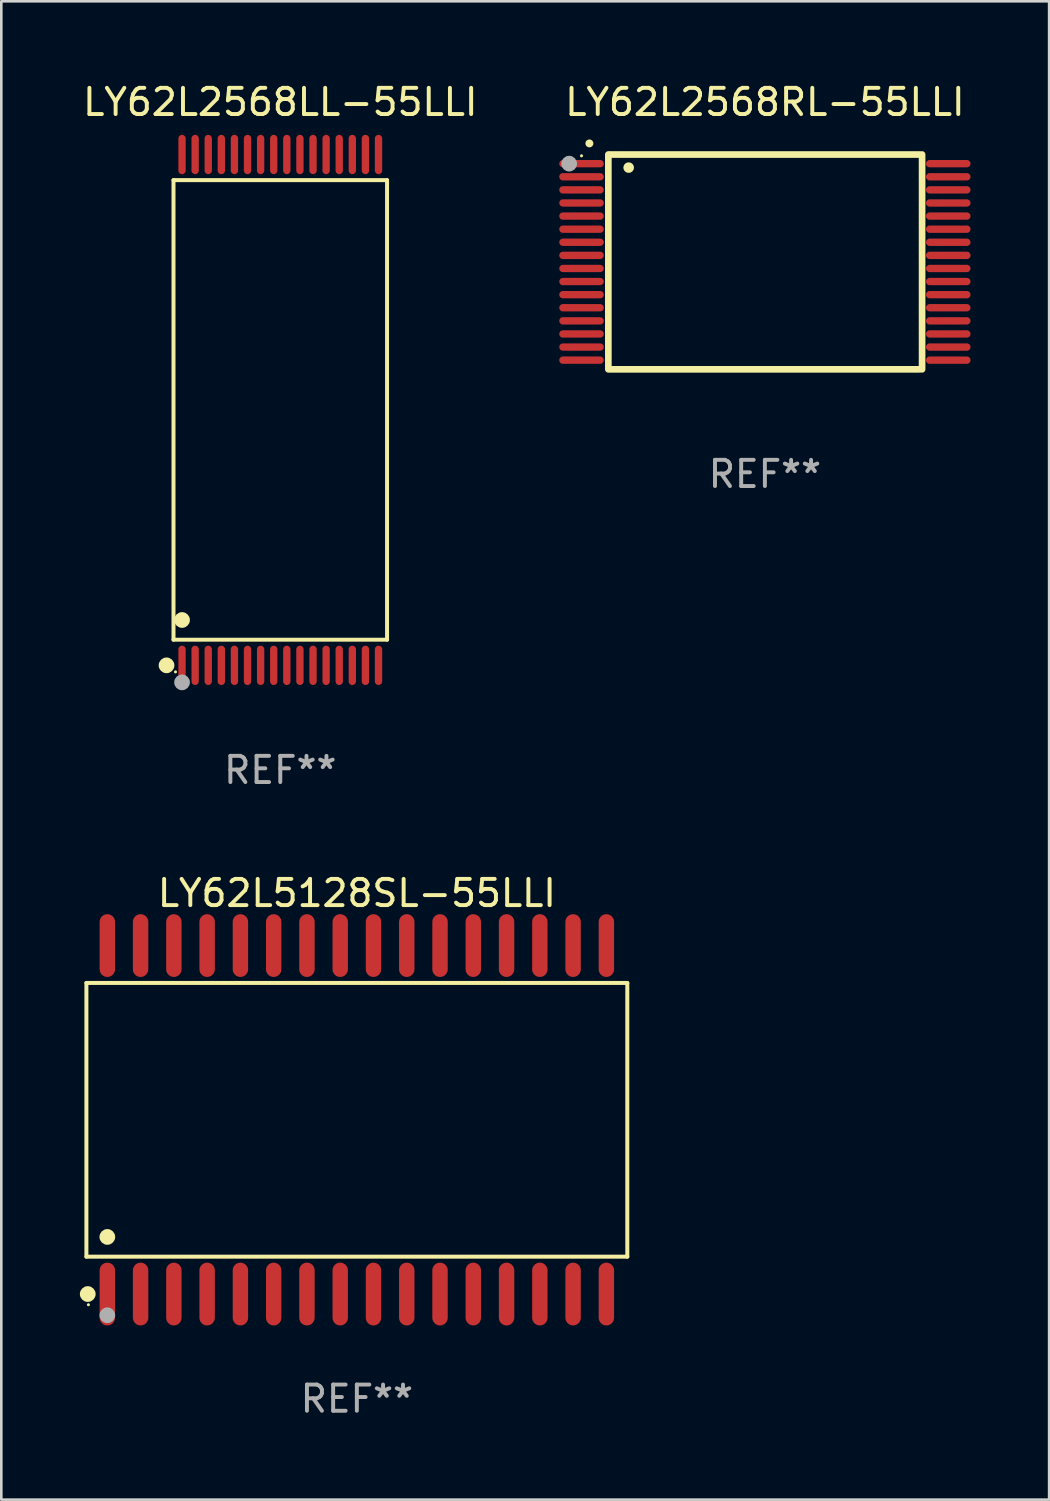
<source format=kicad_pcb>
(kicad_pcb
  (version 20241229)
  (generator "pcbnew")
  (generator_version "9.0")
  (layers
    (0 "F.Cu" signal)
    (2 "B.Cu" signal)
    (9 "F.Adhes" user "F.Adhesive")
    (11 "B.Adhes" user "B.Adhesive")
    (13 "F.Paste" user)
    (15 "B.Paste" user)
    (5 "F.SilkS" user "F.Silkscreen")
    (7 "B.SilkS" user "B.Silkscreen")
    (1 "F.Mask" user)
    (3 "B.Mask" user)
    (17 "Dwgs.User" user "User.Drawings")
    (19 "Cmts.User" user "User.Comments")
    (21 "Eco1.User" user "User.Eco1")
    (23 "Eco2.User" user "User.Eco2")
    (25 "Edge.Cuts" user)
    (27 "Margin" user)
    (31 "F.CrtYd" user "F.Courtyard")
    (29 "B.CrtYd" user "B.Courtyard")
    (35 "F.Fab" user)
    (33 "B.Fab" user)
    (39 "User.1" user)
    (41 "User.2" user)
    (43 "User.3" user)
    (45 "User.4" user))
  (footprint "LY62L5128SL-55LLI"
    (layer "F.Cu")
    (at 10.572 39.696)
    (property "Reference" "LY62L5128SL-55LLI" (at 0 -8.651 0) (layer "F.SilkS") (effects (font (size 1 1) (thickness 0.15))))
    (attr through_hole)
    (fp_line (start -10.324 -5.224) (end 10.324 -5.224) (stroke (width 0.152) (type solid)) (layer "F.SilkS"))
    (fp_line (start -10.324 5.224) (end -10.324 -5.224) (stroke (width 0.152) (type solid)) (layer "F.SilkS"))
    (fp_line (start 10.324 -5.224) (end 10.324 5.224) (stroke (width 0.152) (type solid)) (layer "F.SilkS"))
    (fp_line (start 10.324 5.224) (end -10.324 5.224) (stroke (width 0.152) (type solid)) (layer "F.SilkS"))
    (fp_circle (center -10.272 6.651) (end -10.121 6.651) (stroke (width 0.3) (type solid)) (fill no) (layer "F.SilkS"))
    (fp_circle (center -10.247 7.06) (end -10.217 7.06) (stroke (width 0.06) (type solid)) (fill no) (layer "F.SilkS"))
    (fp_circle (center -9.525 4.471) (end -9.375 4.471) (stroke (width 0.3) (type solid)) (fill no) (layer "F.SilkS"))
    (fp_circle (center -9.525 7.46) (end -9.375 7.46) (stroke (width 0.3) (type solid)) (fill no) (layer "F.Fab"))
    (fp_text user "REF**" (at 0 10.651 0) (layer "F.Fab") (effects (font (size 1 1) (thickness 0.15))))
    (pad "1" smd oval (at -9.525 6.651) (size 0.588 2.396) (layers "F.Cu" "F.Mask" "F.Paste"))
    (pad "2" smd oval (at -8.255 6.651) (size 0.588 2.396) (layers "F.Cu" "F.Mask" "F.Paste"))
    (pad "3" smd oval (at -6.985 6.651) (size 0.588 2.396) (layers "F.Cu" "F.Mask" "F.Paste"))
    (pad "4" smd oval (at -5.715 6.651) (size 0.588 2.396) (layers "F.Cu" "F.Mask" "F.Paste"))
    (pad "5" smd oval (at -4.445 6.651) (size 0.588 2.396) (layers "F.Cu" "F.Mask" "F.Paste"))
    (pad "6" smd oval (at -3.175 6.651) (size 0.588 2.396) (layers "F.Cu" "F.Mask" "F.Paste"))
    (pad "7" smd oval (at -1.905 6.651) (size 0.588 2.396) (layers "F.Cu" "F.Mask" "F.Paste"))
    (pad "8" smd oval (at -0.635 6.651) (size 0.588 2.396) (layers "F.Cu" "F.Mask" "F.Paste"))
    (pad "9" smd oval (at 0.635 6.651) (size 0.588 2.396) (layers "F.Cu" "F.Mask" "F.Paste"))
    (pad "10" smd oval (at 1.905 6.651) (size 0.588 2.396) (layers "F.Cu" "F.Mask" "F.Paste"))
    (pad "11" smd oval (at 3.175 6.651) (size 0.588 2.396) (layers "F.Cu" "F.Mask" "F.Paste"))
    (pad "12" smd oval (at 4.445 6.651) (size 0.588 2.396) (layers "F.Cu" "F.Mask" "F.Paste"))
    (pad "13" smd oval (at 5.715 6.651) (size 0.588 2.396) (layers "F.Cu" "F.Mask" "F.Paste"))
    (pad "14" smd oval (at 6.985 6.651) (size 0.588 2.396) (layers "F.Cu" "F.Mask" "F.Paste"))
    (pad "15" smd oval (at 8.255 6.651) (size 0.588 2.396) (layers "F.Cu" "F.Mask" "F.Paste"))
    (pad "16" smd oval (at 9.525 6.651) (size 0.588 2.396) (layers "F.Cu" "F.Mask" "F.Paste"))
    (pad "17" smd oval (at 9.525 -6.651) (size 0.588 2.396) (layers "F.Cu" "F.Mask" "F.Paste"))
    (pad "18" smd oval (at 8.255 -6.651) (size 0.588 2.396) (layers "F.Cu" "F.Mask" "F.Paste"))
    (pad "19" smd oval (at 6.985 -6.651) (size 0.588 2.396) (layers "F.Cu" "F.Mask" "F.Paste"))
    (pad "20" smd oval (at 5.715 -6.651) (size 0.588 2.396) (layers "F.Cu" "F.Mask" "F.Paste"))
    (pad "21" smd oval (at 4.445 -6.651) (size 0.588 2.396) (layers "F.Cu" "F.Mask" "F.Paste"))
    (pad "22" smd oval (at 3.175 -6.651) (size 0.588 2.396) (layers "F.Cu" "F.Mask" "F.Paste"))
    (pad "23" smd oval (at 1.905 -6.651) (size 0.588 2.396) (layers "F.Cu" "F.Mask" "F.Paste"))
    (pad "24" smd oval (at 0.635 -6.651) (size 0.588 2.396) (layers "F.Cu" "F.Mask" "F.Paste"))
    (pad "25" smd oval (at -0.635 -6.651) (size 0.588 2.396) (layers "F.Cu" "F.Mask" "F.Paste"))
    (pad "26" smd oval (at -1.905 -6.651) (size 0.588 2.396) (layers "F.Cu" "F.Mask" "F.Paste"))
    (pad "27" smd oval (at -3.175 -6.651) (size 0.588 2.396) (layers "F.Cu" "F.Mask" "F.Paste"))
    (pad "28" smd oval (at -4.445 -6.651) (size 0.588 2.396) (layers "F.Cu" "F.Mask" "F.Paste"))
    (pad "29" smd oval (at -5.715 -6.651) (size 0.588 2.396) (layers "F.Cu" "F.Mask" "F.Paste"))
    (pad "30" smd oval (at -6.985 -6.651) (size 0.588 2.396) (layers "F.Cu" "F.Mask" "F.Paste"))
    (pad "31" smd oval (at -8.255 -6.651) (size 0.588 2.396) (layers "F.Cu" "F.Mask" "F.Paste"))
    (pad "32" smd oval (at -9.525 -6.651) (size 0.588 2.396) (layers "F.Cu" "F.Mask" "F.Paste")))
  (footprint "LY62L2568RL-55LLI"
    (layer "F.Cu")
    (at 26.148 6.948)
    (property "Reference" "LY62L2568RL-55LLI" (at 0 -6.1 0) (layer "F.SilkS") (effects (font (size 1 1) (thickness 0.15))))
    (attr through_hole)
    (fp_line (start -5.976 -4.1) (end -5.976 4.1) (stroke (width 0.254) (type solid)) (layer "F.SilkS"))
    (fp_line (start -5.9 -4.1) (end 5.9 -4.1) (stroke (width 0.254) (type solid)) (layer "F.SilkS"))
    (fp_line (start 5.9 4.1) (end -5.9 4.1) (stroke (width 0.254) (type solid)) (layer "F.SilkS"))
    (fp_line (start 6 -4.1) (end 6 4.1) (stroke (width 0.254) (type solid)) (layer "F.SilkS"))
    (fp_arc (start -6.700559 -4.523749) (mid -6.699289 -4.523755) (end -6.698019 -4.523749) (stroke (width 0.3) (type solid)) (layer "F.SilkS"))
    (fp_arc (start -5.201321 -3.6) (mid -5.200051 -3.600004) (end -5.198781 -3.6) (stroke (width 0.4) (type solid)) (layer "F.SilkS"))
    (fp_circle (center -7 -4.05) (end -6.97 -4.05) (stroke (width 0.06) (type solid)) (fill no) (layer "F.SilkS"))
    (fp_circle (center -7.472 -3.751) (end -7.322 -3.751) (stroke (width 0.3) (type solid)) (fill no) (layer "F.Fab"))
    (fp_text user "REF**" (at 0 8.1 0) (layer "F.Fab") (effects (font (size 1 1) (thickness 0.15))))
    (pad "1" smd oval (at -7 -3.75 90) (size 0.28 1.7) (layers "F.Cu" "F.Mask" "F.Paste"))
    (pad "2" smd oval (at -7 -3.25 90) (size 0.28 1.7) (layers "F.Cu" "F.Mask" "F.Paste"))
    (pad "3" smd oval (at -7 -2.75 90) (size 0.28 1.7) (layers "F.Cu" "F.Mask" "F.Paste"))
    (pad "4" smd oval (at -7 -2.25 90) (size 0.28 1.7) (layers "F.Cu" "F.Mask" "F.Paste"))
    (pad "5" smd oval (at -7 -1.75 90) (size 0.28 1.7) (layers "F.Cu" "F.Mask" "F.Paste"))
    (pad "6" smd oval (at -7 -1.25 90) (size 0.28 1.7) (layers "F.Cu" "F.Mask" "F.Paste"))
    (pad "7" smd oval (at -7 -0.75 90) (size 0.28 1.7) (layers "F.Cu" "F.Mask" "F.Paste"))
    (pad "8" smd oval (at -7 -0.25 90) (size 0.28 1.7) (layers "F.Cu" "F.Mask" "F.Paste"))
    (pad "9" smd oval (at -7 0.25 90) (size 0.28 1.7) (layers "F.Cu" "F.Mask" "F.Paste"))
    (pad "10" smd oval (at -7 0.75 90) (size 0.28 1.7) (layers "F.Cu" "F.Mask" "F.Paste"))
    (pad "11" smd oval (at -7 1.25 90) (size 0.28 1.7) (layers "F.Cu" "F.Mask" "F.Paste"))
    (pad "12" smd oval (at -7 1.75 90) (size 0.28 1.7) (layers "F.Cu" "F.Mask" "F.Paste"))
    (pad "13" smd oval (at -7 2.25 90) (size 0.28 1.7) (layers "F.Cu" "F.Mask" "F.Paste"))
    (pad "14" smd oval (at -7 2.75 90) (size 0.28 1.7) (layers "F.Cu" "F.Mask" "F.Paste"))
    (pad "15" smd oval (at -7 3.25 90) (size 0.28 1.7) (layers "F.Cu" "F.Mask" "F.Paste"))
    (pad "16" smd oval (at -7 3.75 90) (size 0.28 1.7) (layers "F.Cu" "F.Mask" "F.Paste"))
    (pad "17" smd oval (at 7 3.75 90) (size 0.28 1.7) (layers "F.Cu" "F.Mask" "F.Paste"))
    (pad "18" smd oval (at 7 3.25 90) (size 0.28 1.7) (layers "F.Cu" "F.Mask" "F.Paste"))
    (pad "19" smd oval (at 7 2.75 90) (size 0.28 1.7) (layers "F.Cu" "F.Mask" "F.Paste"))
    (pad "20" smd oval (at 7 2.25 90) (size 0.28 1.7) (layers "F.Cu" "F.Mask" "F.Paste"))
    (pad "21" smd oval (at 7 1.75 90) (size 0.28 1.7) (layers "F.Cu" "F.Mask" "F.Paste"))
    (pad "22" smd oval (at 7 1.25 90) (size 0.28 1.7) (layers "F.Cu" "F.Mask" "F.Paste"))
    (pad "23" smd oval (at 7 0.75 90) (size 0.28 1.7) (layers "F.Cu" "F.Mask" "F.Paste"))
    (pad "24" smd oval (at 7 0.25 90) (size 0.28 1.7) (layers "F.Cu" "F.Mask" "F.Paste"))
    (pad "25" smd oval (at 7 -0.25 90) (size 0.28 1.7) (layers "F.Cu" "F.Mask" "F.Paste"))
    (pad "26" smd oval (at 7 -0.75 90) (size 0.28 1.7) (layers "F.Cu" "F.Mask" "F.Paste"))
    (pad "27" smd oval (at 7 -1.25 90) (size 0.28 1.7) (layers "F.Cu" "F.Mask" "F.Paste"))
    (pad "28" smd oval (at 7 -1.75 90) (size 0.28 1.7) (layers "F.Cu" "F.Mask" "F.Paste"))
    (pad "29" smd oval (at 7 -2.25 90) (size 0.28 1.7) (layers "F.Cu" "F.Mask" "F.Paste"))
    (pad "30" smd oval (at 7 -2.75 90) (size 0.28 1.7) (layers "F.Cu" "F.Mask" "F.Paste"))
    (pad "31" smd oval (at 7 -3.25 90) (size 0.28 1.7) (layers "F.Cu" "F.Mask" "F.Paste"))
    (pad "32" smd oval (at 7 -3.75 90) (size 0.28 1.7) (layers "F.Cu" "F.Mask" "F.Paste")))
  (footprint "LY62L2568LL-55LLI"
    (layer "F.Cu")
    (at 7.649 12.598)
    (property "Reference" "LY62L2568LL-55LLI" (at 0 -11.75 0) (layer "F.SilkS") (effects (font (size 1 1) (thickness 0.15))))
    (attr through_hole)
    (fp_line (start -4.076 -8.771) (end 4.076 -8.771) (stroke (width 0.152) (type solid)) (layer "F.SilkS"))
    (fp_line (start -4.076 8.771) (end -4.076 -8.771) (stroke (width 0.152) (type solid)) (layer "F.SilkS"))
    (fp_line (start 4.076 -8.771) (end 4.076 8.771) (stroke (width 0.152) (type solid)) (layer "F.SilkS"))
    (fp_line (start 4.076 8.771) (end -4.076 8.771) (stroke (width 0.152) (type solid)) (layer "F.SilkS"))
    (fp_circle (center -4.342 9.75) (end -4.192 9.75) (stroke (width 0.3) (type solid)) (fill no) (layer "F.SilkS"))
    (fp_circle (center -4 10) (end -3.97 10) (stroke (width 0.06) (type solid)) (fill no) (layer "F.SilkS"))
    (fp_circle (center -3.75 8.019) (end -3.6 8.019) (stroke (width 0.3) (type solid)) (fill no) (layer "F.SilkS"))
    (fp_circle (center -3.75 10.4) (end -3.6 10.4) (stroke (width 0.3) (type solid)) (fill no) (layer "F.Fab"))
    (fp_text user "REF**" (at 0 13.75 0) (layer "F.Fab") (effects (font (size 1 1) (thickness 0.15))))
    (pad "1" smd oval (at -3.75 9.75) (size 0.28 1.5) (layers "F.Cu" "F.Mask" "F.Paste"))
    (pad "2" smd oval (at -3.25 9.75) (size 0.28 1.5) (layers "F.Cu" "F.Mask" "F.Paste"))
    (pad "3" smd oval (at -2.75 9.75) (size 0.28 1.5) (layers "F.Cu" "F.Mask" "F.Paste"))
    (pad "4" smd oval (at -2.25 9.75) (size 0.28 1.5) (layers "F.Cu" "F.Mask" "F.Paste"))
    (pad "5" smd oval (at -1.75 9.75) (size 0.28 1.5) (layers "F.Cu" "F.Mask" "F.Paste"))
    (pad "6" smd oval (at -1.25 9.75) (size 0.28 1.5) (layers "F.Cu" "F.Mask" "F.Paste"))
    (pad "7" smd oval (at -0.75 9.75) (size 0.28 1.5) (layers "F.Cu" "F.Mask" "F.Paste"))
    (pad "8" smd oval (at -0.25 9.75) (size 0.28 1.5) (layers "F.Cu" "F.Mask" "F.Paste"))
    (pad "9" smd oval (at 0.25 9.75) (size 0.28 1.5) (layers "F.Cu" "F.Mask" "F.Paste"))
    (pad "10" smd oval (at 0.75 9.75) (size 0.28 1.5) (layers "F.Cu" "F.Mask" "F.Paste"))
    (pad "11" smd oval (at 1.25 9.75) (size 0.28 1.5) (layers "F.Cu" "F.Mask" "F.Paste"))
    (pad "12" smd oval (at 1.75 9.75) (size 0.28 1.5) (layers "F.Cu" "F.Mask" "F.Paste"))
    (pad "13" smd oval (at 2.25 9.75) (size 0.28 1.5) (layers "F.Cu" "F.Mask" "F.Paste"))
    (pad "14" smd oval (at 2.75 9.75) (size 0.28 1.5) (layers "F.Cu" "F.Mask" "F.Paste"))
    (pad "15" smd oval (at 3.25 9.75) (size 0.28 1.5) (layers "F.Cu" "F.Mask" "F.Paste"))
    (pad "16" smd oval (at 3.75 9.75) (size 0.28 1.5) (layers "F.Cu" "F.Mask" "F.Paste"))
    (pad "17" smd oval (at 3.75 -9.75) (size 0.28 1.5) (layers "F.Cu" "F.Mask" "F.Paste"))
    (pad "18" smd oval (at 3.25 -9.75) (size 0.28 1.5) (layers "F.Cu" "F.Mask" "F.Paste"))
    (pad "19" smd oval (at 2.75 -9.75) (size 0.28 1.5) (layers "F.Cu" "F.Mask" "F.Paste"))
    (pad "20" smd oval (at 2.25 -9.75) (size 0.28 1.5) (layers "F.Cu" "F.Mask" "F.Paste"))
    (pad "21" smd oval (at 1.75 -9.75) (size 0.28 1.5) (layers "F.Cu" "F.Mask" "F.Paste"))
    (pad "22" smd oval (at 1.25 -9.75) (size 0.28 1.5) (layers "F.Cu" "F.Mask" "F.Paste"))
    (pad "23" smd oval (at 0.75 -9.75) (size 0.28 1.5) (layers "F.Cu" "F.Mask" "F.Paste"))
    (pad "24" smd oval (at 0.25 -9.75) (size 0.28 1.5) (layers "F.Cu" "F.Mask" "F.Paste"))
    (pad "25" smd oval (at -0.25 -9.75) (size 0.28 1.5) (layers "F.Cu" "F.Mask" "F.Paste"))
    (pad "26" smd oval (at -0.75 -9.75) (size 0.28 1.5) (layers "F.Cu" "F.Mask" "F.Paste"))
    (pad "27" smd oval (at -1.25 -9.75) (size 0.28 1.5) (layers "F.Cu" "F.Mask" "F.Paste"))
    (pad "28" smd oval (at -1.75 -9.75) (size 0.28 1.5) (layers "F.Cu" "F.Mask" "F.Paste"))
    (pad "29" smd oval (at -2.25 -9.75) (size 0.28 1.5) (layers "F.Cu" "F.Mask" "F.Paste"))
    (pad "30" smd oval (at -2.75 -9.75) (size 0.28 1.5) (layers "F.Cu" "F.Mask" "F.Paste"))
    (pad "31" smd oval (at -3.25 -9.75) (size 0.28 1.5) (layers "F.Cu" "F.Mask" "F.Paste"))
    (pad "32" smd oval (at -3.75 -9.75) (size 0.28 1.5) (layers "F.Cu" "F.Mask" "F.Paste")))
  (gr_rect
    (start -3 -3)
    (end 36.998 54.195)
    (stroke (width 0.1) (type default))
    (fill no)
    (layer "Edge.Cuts")))
</source>
